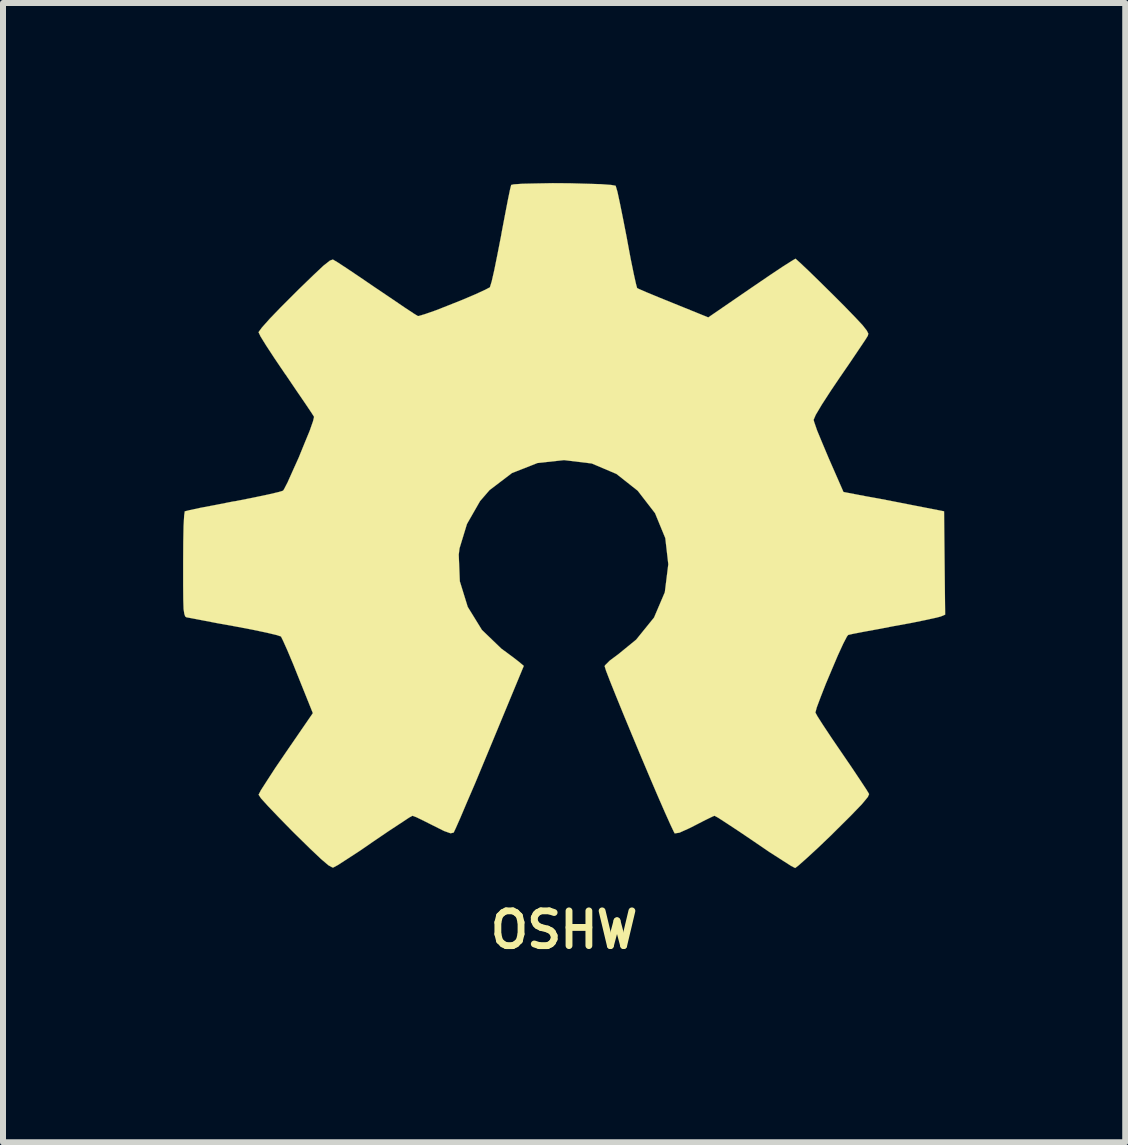
<source format=kicad_pcb>
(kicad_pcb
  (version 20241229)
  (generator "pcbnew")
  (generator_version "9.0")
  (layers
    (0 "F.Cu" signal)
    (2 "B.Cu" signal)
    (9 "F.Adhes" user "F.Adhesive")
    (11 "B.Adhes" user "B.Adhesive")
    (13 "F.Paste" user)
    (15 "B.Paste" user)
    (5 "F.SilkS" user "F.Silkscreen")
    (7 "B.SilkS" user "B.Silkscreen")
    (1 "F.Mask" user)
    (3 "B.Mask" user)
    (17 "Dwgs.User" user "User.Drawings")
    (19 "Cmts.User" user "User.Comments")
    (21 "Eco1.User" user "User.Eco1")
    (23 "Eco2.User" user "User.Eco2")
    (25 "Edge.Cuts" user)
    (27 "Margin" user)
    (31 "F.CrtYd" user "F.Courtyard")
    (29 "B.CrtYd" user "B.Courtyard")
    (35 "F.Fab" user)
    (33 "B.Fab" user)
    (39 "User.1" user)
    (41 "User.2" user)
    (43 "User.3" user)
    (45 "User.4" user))
  (footprint "OSHW"
    (layer "F.Cu")
    (at 6.349 5.709)
    (property "Reference" "OSHW" (at 0 6.736 0) (layer "F.SilkS") (effects (font (size 0.579 0.579) (thickness 0.114))))
    (attr through_hole)
    (fp_poly (pts (xy 3.851 5.705) (xy 3.782 5.669) (xy 3.635 5.575) (xy 3.421 5.438) (xy 3.172 5.268) (xy 2.921 5.098) (xy 2.713 4.961) (xy 2.568 4.867) (xy 2.507 4.834) (xy 2.477 4.846) (xy 2.355 4.905) (xy 2.182 4.994) (xy 2.083 5.044) (xy 1.923 5.116) (xy 1.844 5.128) (xy 1.831 5.105) (xy 1.773 4.983) (xy 1.681 4.778) (xy 1.56 4.501) (xy 1.422 4.178) (xy 1.275 3.83) (xy 1.128 3.477) (xy 0.988 3.139) (xy 0.864 2.835) (xy 0.765 2.588) (xy 0.699 2.416) (xy 0.676 2.342) (xy 0.683 2.327) (xy 0.762 2.248) (xy 0.902 2.144) (xy 1.201 1.9) (xy 1.499 1.532) (xy 1.679 1.11) (xy 1.737 0.643) (xy 1.687 0.208) (xy 1.516 -0.208) (xy 1.227 -0.582) (xy 0.874 -0.861) (xy 0.462 -1.036) (xy 0 -1.092) (xy -0.442 -1.044) (xy -0.869 -0.876) (xy -1.242 -0.592) (xy -1.4 -0.409) (xy -1.618 -0.028) (xy -1.742 0.378) (xy -1.755 0.483) (xy -1.737 0.927) (xy -1.605 1.354) (xy -1.369 1.737) (xy -1.044 2.05) (xy -1.003 2.08) (xy -0.851 2.192) (xy -0.749 2.271) (xy -0.671 2.337) (xy -1.237 3.703) (xy -1.328 3.922) (xy -1.483 4.295) (xy -1.621 4.615) (xy -1.73 4.872) (xy -1.806 5.044) (xy -1.839 5.113) (xy -1.844 5.116) (xy -1.892 5.126) (xy -1.999 5.088) (xy -2.187 4.994) (xy -2.314 4.93) (xy -2.459 4.859) (xy -2.525 4.834) (xy -2.581 4.864) (xy -2.72 4.956) (xy -2.924 5.09) (xy -3.167 5.255) (xy -3.399 5.415) (xy -3.614 5.555) (xy -3.772 5.657) (xy -3.846 5.697) (xy -3.858 5.697) (xy -3.927 5.659) (xy -4.049 5.555) (xy -4.234 5.38) (xy -4.498 5.121) (xy -4.539 5.08) (xy -4.755 4.859) (xy -4.93 4.676) (xy -5.05 4.544) (xy -5.09 4.483) (xy -5.052 4.409) (xy -4.953 4.255) (xy -4.811 4.036) (xy -4.638 3.782) (xy -4.186 3.124) (xy -4.435 2.504) (xy -4.511 2.314) (xy -4.608 2.083) (xy -4.681 1.92) (xy -4.717 1.847) (xy -4.785 1.824) (xy -4.956 1.783) (xy -5.199 1.732) (xy -5.494 1.676) (xy -5.773 1.626) (xy -6.027 1.577) (xy -6.21 1.542) (xy -6.292 1.527) (xy -6.312 1.514) (xy -6.327 1.473) (xy -6.34 1.389) (xy -6.345 1.234) (xy -6.347 0.993) (xy -6.347 0.643) (xy -6.347 0.605) (xy -6.345 0.269) (xy -6.34 0.005) (xy -6.33 -0.17) (xy -6.32 -0.239) (xy -6.317 -0.239) (xy -6.238 -0.259) (xy -6.06 -0.297) (xy -5.806 -0.345) (xy -5.507 -0.404) (xy -5.486 -0.406) (xy -5.187 -0.465) (xy -4.935 -0.518) (xy -4.76 -0.559) (xy -4.684 -0.582) (xy -4.669 -0.602) (xy -4.608 -0.719) (xy -4.524 -0.907) (xy -4.422 -1.133) (xy -4.326 -1.369) (xy -4.239 -1.58) (xy -4.183 -1.74) (xy -4.166 -1.811) (xy -4.166 -1.814) (xy -4.211 -1.885) (xy -4.315 -2.04) (xy -4.463 -2.256) (xy -4.636 -2.512) (xy -4.651 -2.532) (xy -4.823 -2.786) (xy -4.963 -3) (xy -5.057 -3.152) (xy -5.09 -3.221) (xy -5.09 -3.226) (xy -5.034 -3.302) (xy -4.905 -3.447) (xy -4.719 -3.64) (xy -4.496 -3.863) (xy -4.425 -3.934) (xy -4.178 -4.173) (xy -4.008 -4.333) (xy -3.901 -4.417) (xy -3.851 -4.435) (xy -3.848 -4.432) (xy -3.772 -4.387) (xy -3.612 -4.282) (xy -3.393 -4.135) (xy -3.137 -3.96) (xy -3.117 -3.947) (xy -2.865 -3.777) (xy -2.652 -3.632) (xy -2.502 -3.533) (xy -2.436 -3.493) (xy -2.426 -3.493) (xy -2.322 -3.523) (xy -2.141 -3.586) (xy -1.92 -3.673) (xy -1.684 -3.767) (xy -1.471 -3.858) (xy -1.311 -3.932) (xy -1.234 -3.973) (xy -1.234 -3.978) (xy -1.206 -4.069) (xy -1.163 -4.257) (xy -1.11 -4.519) (xy -1.049 -4.831) (xy -1.041 -4.879) (xy -0.983 -5.184) (xy -0.935 -5.433) (xy -0.899 -5.606) (xy -0.881 -5.677) (xy -0.838 -5.687) (xy -0.691 -5.697) (xy -0.465 -5.702) (xy -0.193 -5.707) (xy 0.097 -5.705) (xy 0.376 -5.697) (xy 0.617 -5.69) (xy 0.787 -5.677) (xy 0.859 -5.664) (xy 0.861 -5.659) (xy 0.889 -5.565) (xy 0.93 -5.375) (xy 0.983 -5.113) (xy 1.044 -4.801) (xy 1.054 -4.745) (xy 1.11 -4.445) (xy 1.161 -4.196) (xy 1.199 -4.026) (xy 1.217 -3.96) (xy 1.245 -3.945) (xy 1.369 -3.891) (xy 1.572 -3.807) (xy 1.821 -3.706) (xy 2.403 -3.47) (xy 3.117 -3.96) (xy 3.18 -4.003) (xy 3.437 -4.178) (xy 3.647 -4.318) (xy 3.795 -4.412) (xy 3.856 -4.448) (xy 3.861 -4.445) (xy 3.932 -4.381) (xy 4.072 -4.249) (xy 4.265 -4.061) (xy 4.491 -3.838) (xy 4.656 -3.673) (xy 4.851 -3.472) (xy 4.976 -3.338) (xy 5.044 -3.251) (xy 5.07 -3.2) (xy 5.062 -3.165) (xy 5.016 -3.091) (xy 4.912 -2.936) (xy 4.765 -2.718) (xy 4.592 -2.466) (xy 4.45 -2.256) (xy 4.295 -2.017) (xy 4.194 -1.847) (xy 4.158 -1.763) (xy 4.168 -1.727) (xy 4.216 -1.587) (xy 4.303 -1.377) (xy 4.409 -1.125) (xy 4.656 -0.561) (xy 5.027 -0.49) (xy 5.25 -0.45) (xy 5.565 -0.389) (xy 5.865 -0.33) (xy 6.332 -0.239) (xy 6.35 1.483) (xy 6.276 1.514) (xy 6.208 1.532) (xy 6.035 1.57) (xy 5.786 1.621) (xy 5.494 1.674) (xy 5.245 1.722) (xy 4.994 1.768) (xy 4.813 1.803) (xy 4.735 1.821) (xy 4.714 1.847) (xy 4.651 1.968) (xy 4.562 2.162) (xy 4.463 2.395) (xy 4.361 2.637) (xy 4.275 2.857) (xy 4.211 3.028) (xy 4.188 3.114) (xy 4.224 3.18) (xy 4.318 3.327) (xy 4.458 3.538) (xy 4.628 3.787) (xy 4.798 4.036) (xy 4.94 4.249) (xy 5.042 4.404) (xy 5.083 4.473) (xy 5.062 4.521) (xy 4.963 4.641) (xy 4.775 4.836) (xy 4.496 5.113) (xy 4.45 5.159) (xy 4.227 5.372) (xy 4.039 5.545) (xy 3.907 5.662) (xy 3.851 5.705)) (stroke (width 0.003) (type solid)) (fill yes) (layer "F.SilkS")))
  (gr_rect
    (start -3 -3)
    (end 15.7 15.984)
    (stroke (width 0.1) (type default))
    (fill no)
    (layer "Edge.Cuts")))
</source>
